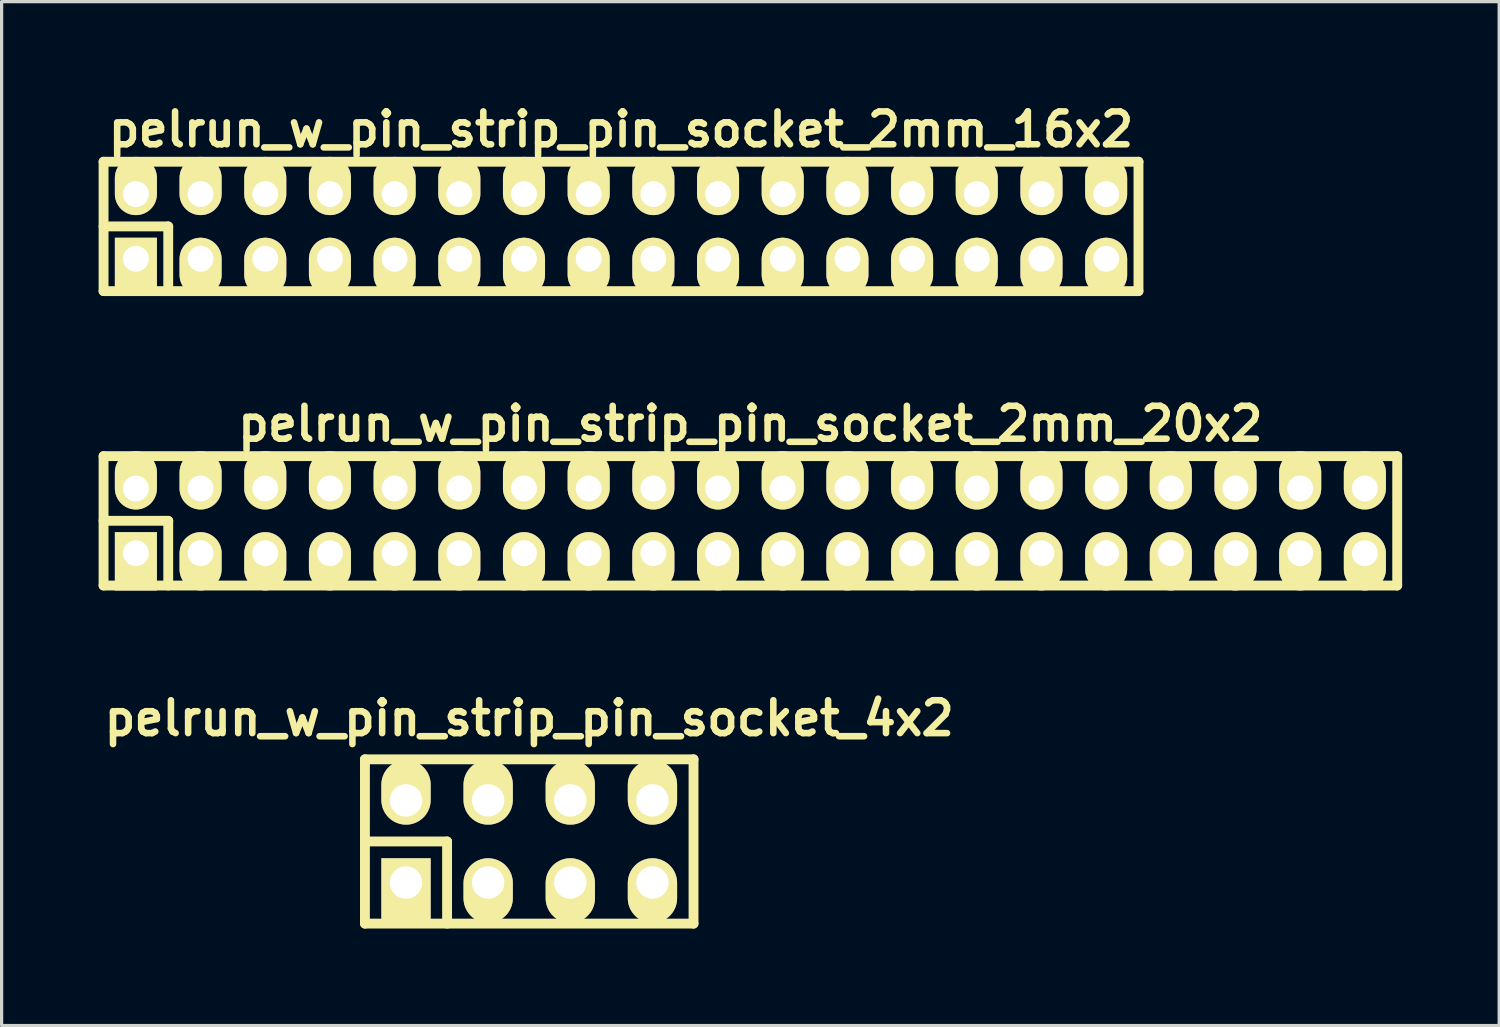
<source format=kicad_pcb>
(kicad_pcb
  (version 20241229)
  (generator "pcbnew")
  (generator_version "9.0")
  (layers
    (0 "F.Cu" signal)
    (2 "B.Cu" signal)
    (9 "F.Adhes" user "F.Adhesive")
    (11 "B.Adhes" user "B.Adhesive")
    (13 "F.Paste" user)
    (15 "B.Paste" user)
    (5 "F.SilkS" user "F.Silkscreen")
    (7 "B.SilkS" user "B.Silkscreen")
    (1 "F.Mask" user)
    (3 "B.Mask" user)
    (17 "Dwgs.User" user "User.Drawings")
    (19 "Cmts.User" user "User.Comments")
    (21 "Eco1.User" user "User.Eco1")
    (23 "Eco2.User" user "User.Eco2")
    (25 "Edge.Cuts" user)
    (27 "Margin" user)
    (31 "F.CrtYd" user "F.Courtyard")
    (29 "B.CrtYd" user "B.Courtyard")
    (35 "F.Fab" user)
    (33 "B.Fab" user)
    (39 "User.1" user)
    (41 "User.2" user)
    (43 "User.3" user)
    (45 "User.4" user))
  (footprint "pelrun_w_pin_strip_pin_socket_4x2"
    (layer "F.Cu")
    (at 13.314 22.968)
    (property "Reference" "pelrun_w_pin_strip_pin_socket_4x2" (at 0 -3.81 0) (layer "F.SilkS") (effects (font (size 1.016 1.016) (thickness 0.203))))
    (attr through_hole)
    (fp_line (start -5.08 -2.54) (end -5.08 2.54) (stroke (width 0.305) (type solid)) (layer "F.SilkS"))
    (fp_line (start -5.08 -2.54) (end 5.08 -2.54) (stroke (width 0.305) (type solid)) (layer "F.SilkS"))
    (fp_line (start -5.08 0) (end -2.54 0) (stroke (width 0.305) (type solid)) (layer "F.SilkS"))
    (fp_line (start -2.54 0) (end -2.54 2.54) (stroke (width 0.305) (type solid)) (layer "F.SilkS"))
    (fp_line (start 5.08 -2.54) (end 5.08 2.54) (stroke (width 0.305) (type solid)) (layer "F.SilkS"))
    (fp_line (start 5.08 2.54) (end -5.08 2.54) (stroke (width 0.305) (type solid)) (layer "F.SilkS"))
    (pad "1" thru_hole rect (at -3.81 1.27) (size 1.524 1.999) (drill 1.001 (offset 0 0.249)) (layers "*.Cu" "*.Mask" "F.SilkS"))
    (pad "2" thru_hole oval (at -3.81 -1.27) (size 1.524 1.999) (drill 1.001 (offset 0 -0.249)) (layers "*.Cu" "*.Mask" "F.SilkS"))
    (pad "3" thru_hole oval (at -1.27 1.27) (size 1.524 1.999) (drill 1.001 (offset 0 0.249)) (layers "*.Cu" "*.Mask" "F.SilkS"))
    (pad "4" thru_hole oval (at -1.27 -1.27) (size 1.524 1.999) (drill 1.001 (offset 0 -0.249)) (layers "*.Cu" "*.Mask" "F.SilkS"))
    (pad "5" thru_hole oval (at 1.27 1.27) (size 1.524 1.999) (drill 1.001 (offset 0 0.249)) (layers "*.Cu" "*.Mask" "F.SilkS"))
    (pad "6" thru_hole oval (at 1.27 -1.27) (size 1.524 1.999) (drill 1.001 (offset 0 -0.249)) (layers "*.Cu" "*.Mask" "F.SilkS"))
    (pad "7" thru_hole oval (at 3.81 1.27) (size 1.524 1.999) (drill 1.001 (offset 0 0.249)) (layers "*.Cu" "*.Mask" "F.SilkS"))
    (pad "8" thru_hole oval (at 3.81 -1.27) (size 1.524 1.999) (drill 1.001 (offset 0 -0.249)) (layers "*.Cu" "*.Mask" "F.SilkS")))
  (footprint "pelrun_w_pin_strip_pin_socket_2mm_16x2"
    (layer "F.Cu")
    (at 16.152 3.951)
    (property "Reference" "pelrun_w_pin_strip_pin_socket_2mm_16x2" (at 0 -3 0) (layer "F.SilkS") (effects (font (size 1.016 1.016) (thickness 0.203))))
    (attr through_hole)
    (fp_line (start -16 -2) (end 16 -2) (stroke (width 0.305) (type solid)) (layer "F.SilkS"))
    (fp_line (start -16 0) (end -14 0) (stroke (width 0.305) (type solid)) (layer "F.SilkS"))
    (fp_line (start -16 2) (end -16 -2) (stroke (width 0.305) (type solid)) (layer "F.SilkS"))
    (fp_line (start -14 0) (end -14 2) (stroke (width 0.305) (type solid)) (layer "F.SilkS"))
    (fp_line (start 16 -2) (end 16 2) (stroke (width 0.305) (type solid)) (layer "F.SilkS"))
    (fp_line (start 16 2) (end -16 2) (stroke (width 0.305) (type solid)) (layer "F.SilkS"))
    (pad "1" thru_hole rect (at -15 1) (size 1.3 1.8) (drill 0.8 (offset 0 0.25)) (layers "*.Cu" "*.Mask" "F.SilkS"))
    (pad "2" thru_hole oval (at -15 -1) (size 1.3 1.8) (drill 0.8 (offset 0 -0.25)) (layers "*.Cu" "*.Mask" "F.SilkS"))
    (pad "3" thru_hole oval (at -13 1) (size 1.3 1.8) (drill 0.8 (offset 0 0.25)) (layers "*.Cu" "*.Mask" "F.SilkS"))
    (pad "4" thru_hole oval (at -13 -1) (size 1.3 1.8) (drill 0.8 (offset 0 -0.25)) (layers "*.Cu" "*.Mask" "F.SilkS"))
    (pad "5" thru_hole oval (at -11 1) (size 1.3 1.8) (drill 0.8 (offset 0 0.25)) (layers "*.Cu" "*.Mask" "F.SilkS"))
    (pad "6" thru_hole oval (at -11 -1) (size 1.3 1.8) (drill 0.8 (offset 0 -0.25)) (layers "*.Cu" "*.Mask" "F.SilkS"))
    (pad "7" thru_hole oval (at -9 1) (size 1.3 1.8) (drill 0.8 (offset 0 0.25)) (layers "*.Cu" "*.Mask" "F.SilkS"))
    (pad "8" thru_hole oval (at -9 -1) (size 1.3 1.8) (drill 0.8 (offset 0 -0.25)) (layers "*.Cu" "*.Mask" "F.SilkS"))
    (pad "9" thru_hole oval (at -7 1) (size 1.3 1.8) (drill 0.8 (offset 0 0.25)) (layers "*.Cu" "*.Mask" "F.SilkS"))
    (pad "10" thru_hole oval (at -7 -1) (size 1.3 1.8) (drill 0.8 (offset 0 -0.25)) (layers "*.Cu" "*.Mask" "F.SilkS"))
    (pad "11" thru_hole oval (at -5 1) (size 1.3 1.8) (drill 0.8 (offset 0 0.25)) (layers "*.Cu" "*.Mask" "F.SilkS"))
    (pad "12" thru_hole oval (at -5 -1) (size 1.3 1.8) (drill 0.8 (offset 0 -0.25)) (layers "*.Cu" "*.Mask" "F.SilkS"))
    (pad "13" thru_hole oval (at -3 1) (size 1.3 1.8) (drill 0.8 (offset 0 0.25)) (layers "*.Cu" "*.Mask" "F.SilkS"))
    (pad "14" thru_hole oval (at -3 -1) (size 1.3 1.8) (drill 0.8 (offset 0 -0.25)) (layers "*.Cu" "*.Mask" "F.SilkS"))
    (pad "15" thru_hole oval (at -1 1) (size 1.3 1.8) (drill 0.8 (offset 0 0.25)) (layers "*.Cu" "*.Mask" "F.SilkS"))
    (pad "16" thru_hole oval (at -1 -1) (size 1.3 1.8) (drill 0.8 (offset 0 -0.25)) (layers "*.Cu" "*.Mask" "F.SilkS"))
    (pad "17" thru_hole oval (at 1 1) (size 1.3 1.8) (drill 0.8 (offset 0 0.25)) (layers "*.Cu" "*.Mask" "F.SilkS"))
    (pad "18" thru_hole oval (at 1 -1) (size 1.3 1.8) (drill 0.8 (offset 0 -0.25)) (layers "*.Cu" "*.Mask" "F.SilkS"))
    (pad "19" thru_hole oval (at 3 1) (size 1.3 1.8) (drill 0.8 (offset 0 0.25)) (layers "*.Cu" "*.Mask" "F.SilkS"))
    (pad "20" thru_hole oval (at 3 -1) (size 1.3 1.8) (drill 0.8 (offset 0 -0.25)) (layers "*.Cu" "*.Mask" "F.SilkS"))
    (pad "21" thru_hole oval (at 5 1) (size 1.3 1.8) (drill 0.8 (offset 0 0.25)) (layers "*.Cu" "*.Mask" "F.SilkS"))
    (pad "22" thru_hole oval (at 5 -1) (size 1.3 1.8) (drill 0.8 (offset 0 -0.25)) (layers "*.Cu" "*.Mask" "F.SilkS"))
    (pad "23" thru_hole oval (at 7 1) (size 1.3 1.8) (drill 0.8 (offset 0 0.25)) (layers "*.Cu" "*.Mask" "F.SilkS"))
    (pad "24" thru_hole oval (at 7 -1) (size 1.3 1.8) (drill 0.8 (offset 0 -0.25)) (layers "*.Cu" "*.Mask" "F.SilkS"))
    (pad "25" thru_hole oval (at 9 1) (size 1.3 1.8) (drill 0.8 (offset 0 0.25)) (layers "*.Cu" "*.Mask" "F.SilkS"))
    (pad "26" thru_hole oval (at 9 -1) (size 1.3 1.8) (drill 0.8 (offset 0 -0.25)) (layers "*.Cu" "*.Mask" "F.SilkS"))
    (pad "27" thru_hole oval (at 11 1) (size 1.3 1.8) (drill 0.8 (offset 0 0.25)) (layers "*.Cu" "*.Mask" "F.SilkS"))
    (pad "28" thru_hole oval (at 11 -1) (size 1.3 1.8) (drill 0.8 (offset 0 -0.25)) (layers "*.Cu" "*.Mask" "F.SilkS"))
    (pad "29" thru_hole oval (at 13 1) (size 1.3 1.8) (drill 0.8 (offset 0 0.25)) (layers "*.Cu" "*.Mask" "F.SilkS"))
    (pad "30" thru_hole oval (at 13 -1) (size 1.3 1.8) (drill 0.8 (offset 0 -0.25)) (layers "*.Cu" "*.Mask" "F.SilkS"))
    (pad "31" thru_hole oval (at 15 1) (size 1.3 1.8) (drill 0.8 (offset 0 0.25)) (layers "*.Cu" "*.Mask" "F.SilkS"))
    (pad "32" thru_hole oval (at 15 -1) (size 1.3 1.8) (drill 0.8 (offset 0 -0.25)) (layers "*.Cu" "*.Mask" "F.SilkS")))
  (footprint "pelrun_w_pin_strip_pin_socket_2mm_20x2"
    (layer "F.Cu")
    (at 20.152 13.054)
    (property "Reference" "pelrun_w_pin_strip_pin_socket_2mm_20x2" (at 0 -3 0) (layer "F.SilkS") (effects (font (size 1.016 1.016) (thickness 0.203))))
    (attr through_hole)
    (fp_line (start -20 -2) (end 20 -2) (stroke (width 0.305) (type solid)) (layer "F.SilkS"))
    (fp_line (start -20 0) (end -18 0) (stroke (width 0.305) (type solid)) (layer "F.SilkS"))
    (fp_line (start -20 2) (end -20 -2) (stroke (width 0.305) (type solid)) (layer "F.SilkS"))
    (fp_line (start -18 0) (end -18 2) (stroke (width 0.305) (type solid)) (layer "F.SilkS"))
    (fp_line (start 20 -2) (end 20 2) (stroke (width 0.305) (type solid)) (layer "F.SilkS"))
    (fp_line (start 20 2) (end -20 2) (stroke (width 0.305) (type solid)) (layer "F.SilkS"))
    (pad "1" thru_hole rect (at -19 1) (size 1.3 1.8) (drill 0.8 (offset 0 0.25)) (layers "*.Cu" "*.Mask" "F.SilkS"))
    (pad "2" thru_hole oval (at -19 -1) (size 1.3 1.8) (drill 0.8 (offset 0 -0.25)) (layers "*.Cu" "*.Mask" "F.SilkS"))
    (pad "3" thru_hole oval (at -17 1) (size 1.3 1.8) (drill 0.8 (offset 0 0.25)) (layers "*.Cu" "*.Mask" "F.SilkS"))
    (pad "4" thru_hole oval (at -17 -1) (size 1.3 1.8) (drill 0.8 (offset 0 -0.25)) (layers "*.Cu" "*.Mask" "F.SilkS"))
    (pad "5" thru_hole oval (at -15 1) (size 1.3 1.8) (drill 0.8 (offset 0 0.25)) (layers "*.Cu" "*.Mask" "F.SilkS"))
    (pad "6" thru_hole oval (at -15 -1) (size 1.3 1.8) (drill 0.8 (offset 0 -0.25)) (layers "*.Cu" "*.Mask" "F.SilkS"))
    (pad "7" thru_hole oval (at -13 1) (size 1.3 1.8) (drill 0.8 (offset 0 0.25)) (layers "*.Cu" "*.Mask" "F.SilkS"))
    (pad "8" thru_hole oval (at -13 -1) (size 1.3 1.8) (drill 0.8 (offset 0 -0.25)) (layers "*.Cu" "*.Mask" "F.SilkS"))
    (pad "9" thru_hole oval (at -11 1) (size 1.3 1.8) (drill 0.8 (offset 0 0.25)) (layers "*.Cu" "*.Mask" "F.SilkS"))
    (pad "10" thru_hole oval (at -11 -1) (size 1.3 1.8) (drill 0.8 (offset 0 -0.25)) (layers "*.Cu" "*.Mask" "F.SilkS"))
    (pad "11" thru_hole oval (at -9 1) (size 1.3 1.8) (drill 0.8 (offset 0 0.25)) (layers "*.Cu" "*.Mask" "F.SilkS"))
    (pad "12" thru_hole oval (at -9 -1) (size 1.3 1.8) (drill 0.8 (offset 0 -0.25)) (layers "*.Cu" "*.Mask" "F.SilkS"))
    (pad "13" thru_hole oval (at -7 1) (size 1.3 1.8) (drill 0.8 (offset 0 0.25)) (layers "*.Cu" "*.Mask" "F.SilkS"))
    (pad "14" thru_hole oval (at -7 -1) (size 1.3 1.8) (drill 0.8 (offset 0 -0.25)) (layers "*.Cu" "*.Mask" "F.SilkS"))
    (pad "15" thru_hole oval (at -5 1) (size 1.3 1.8) (drill 0.8 (offset 0 0.25)) (layers "*.Cu" "*.Mask" "F.SilkS"))
    (pad "16" thru_hole oval (at -5 -1) (size 1.3 1.8) (drill 0.8 (offset 0 -0.25)) (layers "*.Cu" "*.Mask" "F.SilkS"))
    (pad "17" thru_hole oval (at -3 1) (size 1.3 1.8) (drill 0.8 (offset 0 0.25)) (layers "*.Cu" "*.Mask" "F.SilkS"))
    (pad "18" thru_hole oval (at -3 -1) (size 1.3 1.8) (drill 0.8 (offset 0 -0.25)) (layers "*.Cu" "*.Mask" "F.SilkS"))
    (pad "19" thru_hole oval (at -1 1) (size 1.3 1.8) (drill 0.8 (offset 0 0.25)) (layers "*.Cu" "*.Mask" "F.SilkS"))
    (pad "20" thru_hole oval (at -1 -1) (size 1.3 1.8) (drill 0.8 (offset 0 -0.25)) (layers "*.Cu" "*.Mask" "F.SilkS"))
    (pad "21" thru_hole oval (at 1 1) (size 1.3 1.8) (drill 0.8 (offset 0 0.25)) (layers "*.Cu" "*.Mask" "F.SilkS"))
    (pad "22" thru_hole oval (at 1 -1) (size 1.3 1.8) (drill 0.8 (offset 0 -0.25)) (layers "*.Cu" "*.Mask" "F.SilkS"))
    (pad "23" thru_hole oval (at 3 1) (size 1.3 1.8) (drill 0.8 (offset 0 0.25)) (layers "*.Cu" "*.Mask" "F.SilkS"))
    (pad "24" thru_hole oval (at 3 -1) (size 1.3 1.8) (drill 0.8 (offset 0 -0.25)) (layers "*.Cu" "*.Mask" "F.SilkS"))
    (pad "25" thru_hole oval (at 5 1) (size 1.3 1.8) (drill 0.8 (offset 0 0.25)) (layers "*.Cu" "*.Mask" "F.SilkS"))
    (pad "26" thru_hole oval (at 5 -1) (size 1.3 1.8) (drill 0.8 (offset 0 -0.25)) (layers "*.Cu" "*.Mask" "F.SilkS"))
    (pad "27" thru_hole oval (at 7 1) (size 1.3 1.8) (drill 0.8 (offset 0 0.25)) (layers "*.Cu" "*.Mask" "F.SilkS"))
    (pad "28" thru_hole oval (at 7 -1) (size 1.3 1.8) (drill 0.8 (offset 0 -0.25)) (layers "*.Cu" "*.Mask" "F.SilkS"))
    (pad "29" thru_hole oval (at 9 1) (size 1.3 1.8) (drill 0.8 (offset 0 0.25)) (layers "*.Cu" "*.Mask" "F.SilkS"))
    (pad "30" thru_hole oval (at 9 -1) (size 1.3 1.8) (drill 0.8 (offset 0 -0.25)) (layers "*.Cu" "*.Mask" "F.SilkS"))
    (pad "31" thru_hole oval (at 11 1) (size 1.3 1.8) (drill 0.8 (offset 0 0.25)) (layers "*.Cu" "*.Mask" "F.SilkS"))
    (pad "32" thru_hole oval (at 11 -1) (size 1.3 1.8) (drill 0.8 (offset 0 -0.25)) (layers "*.Cu" "*.Mask" "F.SilkS"))
    (pad "33" thru_hole oval (at 13 1) (size 1.3 1.8) (drill 0.8 (offset 0 0.25)) (layers "*.Cu" "*.Mask" "F.SilkS"))
    (pad "34" thru_hole oval (at 13 -1) (size 1.3 1.8) (drill 0.8 (offset 0 -0.25)) (layers "*.Cu" "*.Mask" "F.SilkS"))
    (pad "35" thru_hole oval (at 15 1) (size 1.3 1.8) (drill 0.8 (offset 0 0.25)) (layers "*.Cu" "*.Mask" "F.SilkS"))
    (pad "36" thru_hole oval (at 15 -1) (size 1.3 1.8) (drill 0.8 (offset 0 -0.25)) (layers "*.Cu" "*.Mask" "F.SilkS"))
    (pad "37" thru_hole oval (at 17 1) (size 1.3 1.8) (drill 0.8 (offset 0 0.25)) (layers "*.Cu" "*.Mask" "F.SilkS"))
    (pad "38" thru_hole oval (at 17 -1) (size 1.3 1.8) (drill 0.8 (offset 0 -0.25)) (layers "*.Cu" "*.Mask" "F.SilkS"))
    (pad "39" thru_hole oval (at 19 1) (size 1.3 1.8) (drill 0.8 (offset 0 0.25)) (layers "*.Cu" "*.Mask" "F.SilkS"))
    (pad "40" thru_hole oval (at 19 -1) (size 1.3 1.8) (drill 0.8 (offset 0 -0.25)) (layers "*.Cu" "*.Mask" "F.SilkS")))
  (gr_rect
    (start -3 -3)
    (end 43.305 28.66)
    (stroke (width 0.1) (type default))
    (fill no)
    (layer "Edge.Cuts")))
</source>
